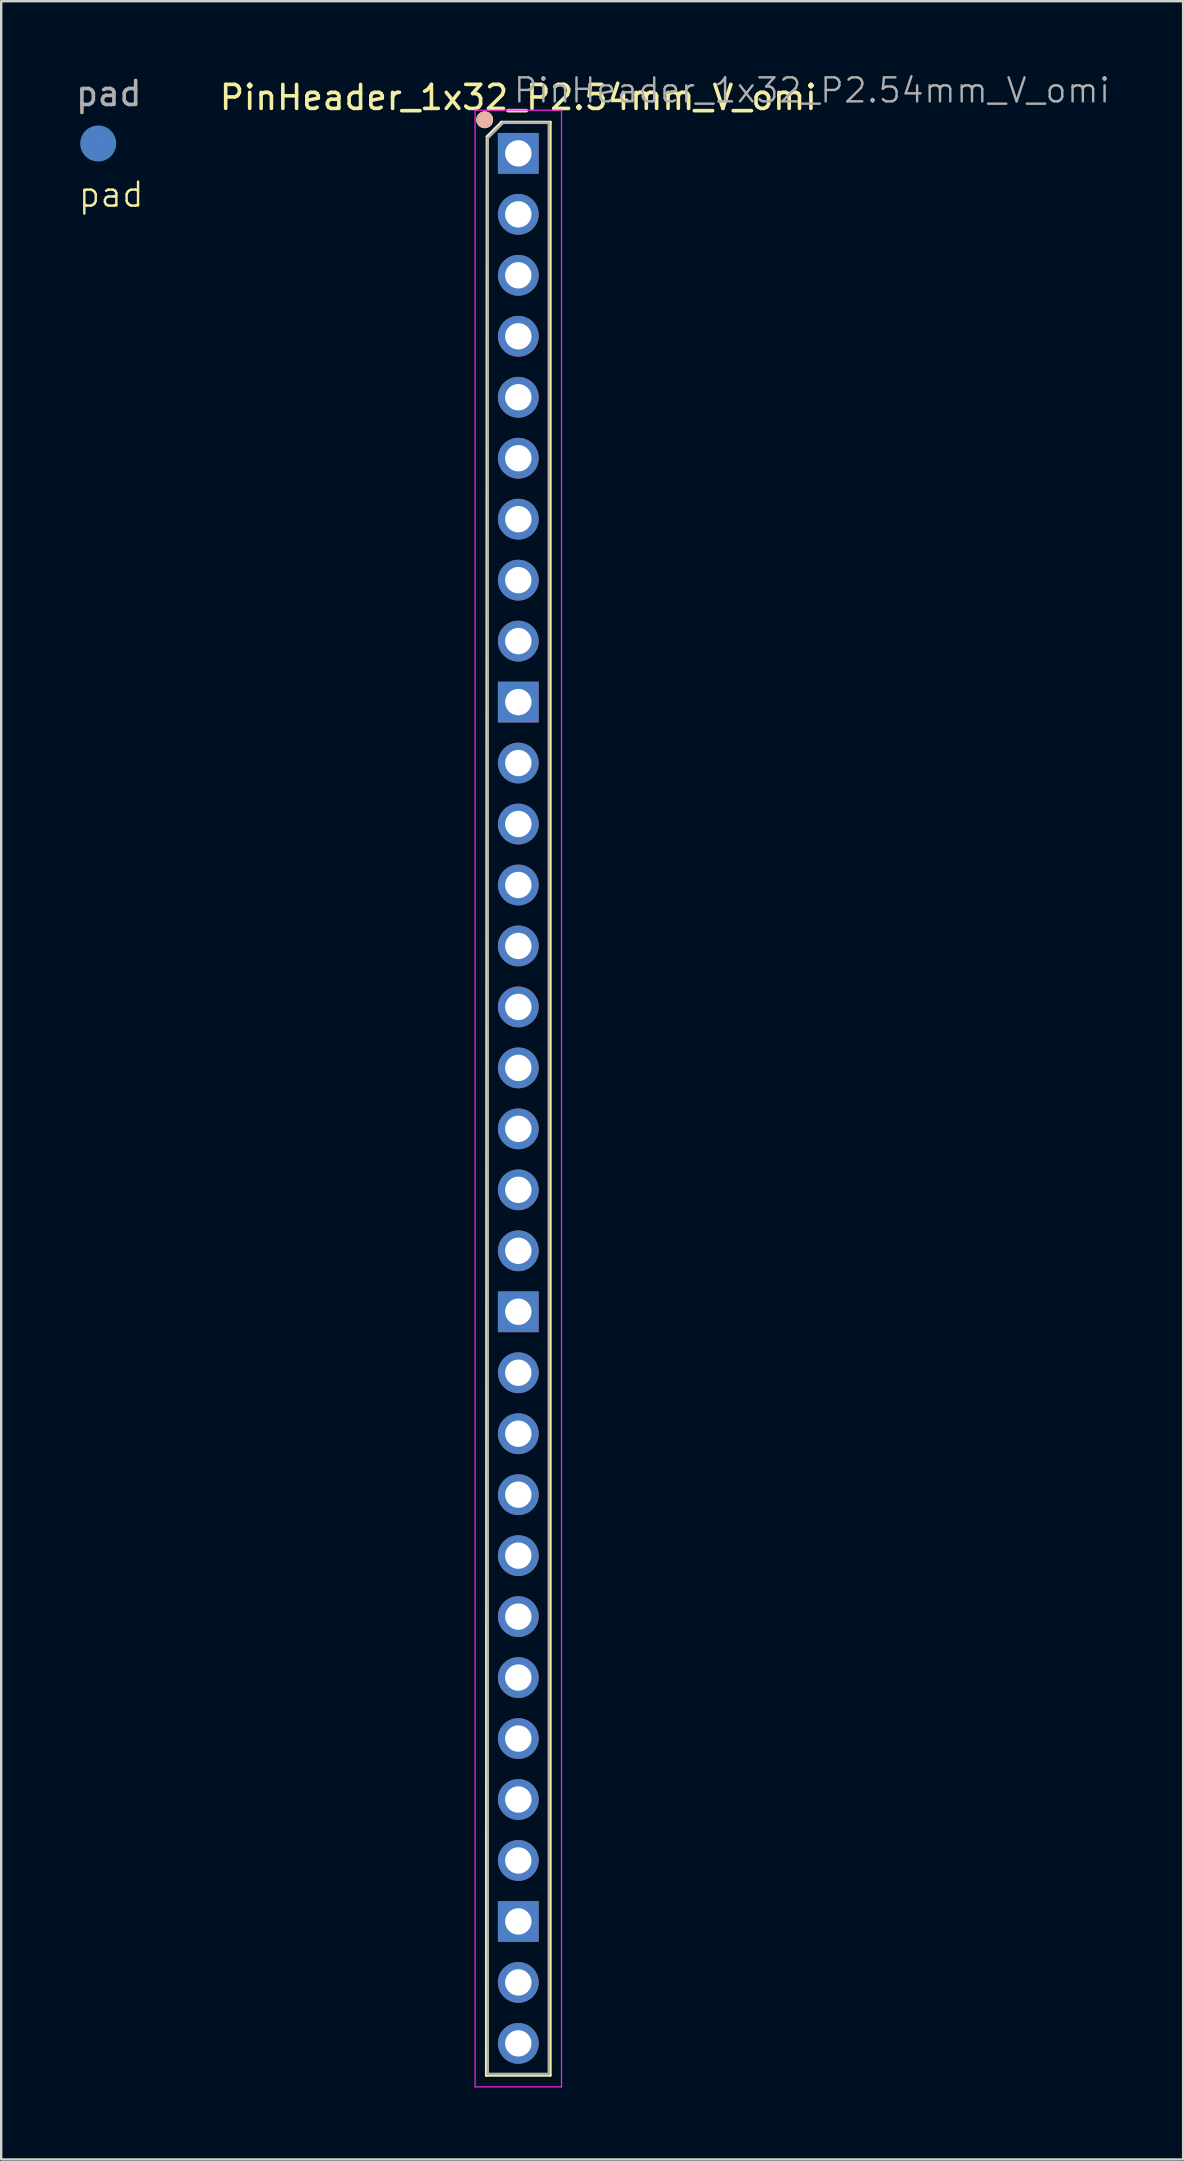
<source format=kicad_pcb>
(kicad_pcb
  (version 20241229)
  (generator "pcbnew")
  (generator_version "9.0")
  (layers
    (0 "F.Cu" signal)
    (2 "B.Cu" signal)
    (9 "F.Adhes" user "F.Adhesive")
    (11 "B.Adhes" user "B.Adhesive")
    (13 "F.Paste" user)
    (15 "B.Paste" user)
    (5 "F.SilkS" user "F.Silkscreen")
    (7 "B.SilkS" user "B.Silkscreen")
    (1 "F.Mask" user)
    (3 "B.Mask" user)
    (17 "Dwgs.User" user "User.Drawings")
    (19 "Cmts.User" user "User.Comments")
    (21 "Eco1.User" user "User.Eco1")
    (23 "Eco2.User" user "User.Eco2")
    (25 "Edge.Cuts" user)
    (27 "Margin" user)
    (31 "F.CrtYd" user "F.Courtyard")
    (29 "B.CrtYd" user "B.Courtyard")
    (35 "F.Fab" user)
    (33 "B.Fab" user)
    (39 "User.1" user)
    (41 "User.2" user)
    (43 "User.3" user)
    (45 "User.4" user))
  (footprint "pad"
    (layer "F.Cu")
    (at 1.042 2.898)
    (property "Reference" "pad" (at 0.54 2.16 0) (unlocked yes) (layer "F.SilkS") (effects (font (size 1 1) (thickness 0.1))))
    (attr smd)
    (fp_circle (center 0 0) (end 0.01 0) (stroke (width 0.01) (type default)) (fill no) (layer "B.CrtYd"))
    (fp_text user "${REFERENCE}" (at 0.44 -2.05 180) (layer "F.Fab") (effects (font (size 1 1) (thickness 0.15))))
    (pad "1" smd circle (at 0 0.03) (size 1.5 1.5) (layers "B.Cu" "B.Mask" "B.Paste")))
  (footprint "PinHeader_1x32_P2.54mm_V_omi"
    (layer "F.Cu")
    (at 18.543 3.34)
    (property "Reference" "PinHeader_1x32_P2.54mm_V_omi" (at 0 -2.33 0) (layer "F.SilkS") (effects (font (size 1 1) (thickness 0.15))))
    (attr through_hole)
    (fp_line (start -1.33 80.07) (end 1.33 80.07) (stroke (width 0.12) (type solid)) (layer "F.SilkS"))
    (fp_line (start -1.3 -0.7) (end -1.33 80.07) (stroke (width 0.12) (type solid)) (layer "F.SilkS"))
    (fp_line (start -1.3 -0.7) (end -0.7 -1.3) (stroke (width 0.12) (type solid)) (layer "F.SilkS"))
    (fp_line (start -0.7 -1.3) (end 1.33 -1.3) (stroke (width 0.12) (type solid)) (layer "F.SilkS"))
    (fp_line (start 1.33 -1.3) (end 1.33 80.07) (stroke (width 0.12) (type solid)) (layer "F.SilkS"))
    (fp_circle (center -1.4 -1.4) (end -1.1 -1.4) (stroke (width 0.1) (type solid)) (fill yes) (layer "F.SilkS"))
    (fp_circle (center -1.4 -1.4) (end -1.1 -1.4) (stroke (width 0.1) (type solid)) (fill yes) (layer "B.SilkS"))
    (fp_line (start -1.8 -1.8) (end -1.8 80.55) (stroke (width 0.05) (type solid)) (layer "F.CrtYd"))
    (fp_line (start -1.8 80.55) (end 1.8 80.55) (stroke (width 0.05) (type solid)) (layer "F.CrtYd"))
    (fp_line (start 1.8 -1.8) (end -1.8 -1.8) (stroke (width 0.05) (type solid)) (layer "F.CrtYd"))
    (fp_line (start 1.8 80.55) (end 1.8 -1.8) (stroke (width 0.05) (type solid)) (layer "F.CrtYd"))
    (fp_line (start -1.27 -0.635) (end -0.635 -1.27) (stroke (width 0.1) (type solid)) (layer "F.Fab"))
    (fp_line (start -1.27 80.01) (end -1.27 -0.635) (stroke (width 0.1) (type solid)) (layer "F.Fab"))
    (fp_line (start -0.635 -1.27) (end 1.27 -1.27) (stroke (width 0.1) (type solid)) (layer "F.Fab"))
    (fp_line (start 1.27 -1.27) (end 1.27 80.01) (stroke (width 0.1) (type solid)) (layer "F.Fab"))
    (fp_line (start 1.27 80.01) (end -1.27 80.01) (stroke (width 0.1) (type solid)) (layer "F.Fab"))
    (fp_text user "${REFERENCE}" (at -0.26 -2.04 0) (unlocked yes) (layer "F.Fab") (effects (font (size 1 1) (thickness 0.1)) (justify left bottom)))
    (pad "1" thru_hole rect (at 0 0) (size 1.7 1.7) (drill 1.1) (layers "*.Cu" "*.Mask"))
    (pad "2" thru_hole oval (at 0 2.54) (size 1.7 1.7) (drill 1.1) (layers "*.Cu" "*.Mask"))
    (pad "3" thru_hole oval (at 0 5.08) (size 1.7 1.7) (drill 1.1) (layers "*.Cu" "*.Mask"))
    (pad "4" thru_hole oval (at 0 7.62) (size 1.7 1.7) (drill 1.1) (layers "*.Cu" "*.Mask"))
    (pad "5" thru_hole oval (at 0 10.16) (size 1.7 1.7) (drill 1.1) (layers "*.Cu" "*.Mask"))
    (pad "6" thru_hole oval (at 0 12.7) (size 1.7 1.7) (drill 1.1) (layers "*.Cu" "*.Mask"))
    (pad "7" thru_hole oval (at 0 15.24) (size 1.7 1.7) (drill 1.1) (layers "*.Cu" "*.Mask"))
    (pad "8" thru_hole oval (at 0 17.78) (size 1.7 1.7) (drill 1.1) (layers "*.Cu" "*.Mask"))
    (pad "9" thru_hole oval (at 0 20.32) (size 1.7 1.7) (drill 1.1) (layers "*.Cu" "*.Mask"))
    (pad "10" thru_hole rect (at 0 22.86) (size 1.7 1.7) (drill 1.1) (layers "*.Cu" "*.Mask"))
    (pad "11" thru_hole oval (at 0 25.4) (size 1.7 1.7) (drill 1.1) (layers "*.Cu" "*.Mask"))
    (pad "12" thru_hole oval (at 0 27.94) (size 1.7 1.7) (drill 1.1) (layers "*.Cu" "*.Mask"))
    (pad "13" thru_hole oval (at 0 30.48) (size 1.7 1.7) (drill 1.1) (layers "*.Cu" "*.Mask"))
    (pad "14" thru_hole oval (at 0 33.02) (size 1.7 1.7) (drill 1.1) (layers "*.Cu" "*.Mask"))
    (pad "15" thru_hole oval (at 0 35.56) (size 1.7 1.7) (drill 1.1) (layers "*.Cu" "*.Mask"))
    (pad "16" thru_hole oval (at 0 38.1) (size 1.7 1.7) (drill 1.1) (layers "*.Cu" "*.Mask"))
    (pad "17" thru_hole oval (at 0 40.64) (size 1.7 1.7) (drill 1.1) (layers "*.Cu" "*.Mask"))
    (pad "18" thru_hole oval (at 0 43.18) (size 1.7 1.7) (drill 1.1) (layers "*.Cu" "*.Mask"))
    (pad "19" thru_hole oval (at 0 45.72) (size 1.7 1.7) (drill 1.1) (layers "*.Cu" "*.Mask"))
    (pad "20" thru_hole rect (at 0 48.26) (size 1.7 1.7) (drill 1.1) (layers "*.Cu" "*.Mask"))
    (pad "21" thru_hole oval (at 0 50.8) (size 1.7 1.7) (drill 1.1) (layers "*.Cu" "*.Mask"))
    (pad "22" thru_hole oval (at 0 53.34) (size 1.7 1.7) (drill 1.1) (layers "*.Cu" "*.Mask"))
    (pad "23" thru_hole oval (at 0 55.88) (size 1.7 1.7) (drill 1.1) (layers "*.Cu" "*.Mask"))
    (pad "24" thru_hole oval (at 0 58.42) (size 1.7 1.7) (drill 1.1) (layers "*.Cu" "*.Mask"))
    (pad "25" thru_hole oval (at 0 60.96) (size 1.7 1.7) (drill 1.1) (layers "*.Cu" "*.Mask"))
    (pad "26" thru_hole oval (at 0 63.5) (size 1.7 1.7) (drill 1.1) (layers "*.Cu" "*.Mask"))
    (pad "27" thru_hole oval (at 0 66.04) (size 1.7 1.7) (drill 1.1) (layers "*.Cu" "*.Mask"))
    (pad "28" thru_hole oval (at 0 68.58) (size 1.7 1.7) (drill 1.1) (layers "*.Cu" "*.Mask"))
    (pad "29" thru_hole oval (at 0 71.12) (size 1.7 1.7) (drill 1.1) (layers "*.Cu" "*.Mask"))
    (pad "30" thru_hole rect (at 0 73.66) (size 1.7 1.7) (drill 1.1) (layers "*.Cu" "*.Mask"))
    (pad "31" thru_hole oval (at 0 76.2) (size 1.7 1.7) (drill 1.1) (layers "*.Cu" "*.Mask"))
    (pad "32" thru_hole oval (at 0 78.74) (size 1.7 1.7) (drill 1.1) (layers "*.Cu" "*.Mask")))
  (gr_rect
    (start -3 -3)
    (end 46.24 86.915)
    (stroke (width 0.1) (type default))
    (fill no)
    (layer "Edge.Cuts")))
</source>
